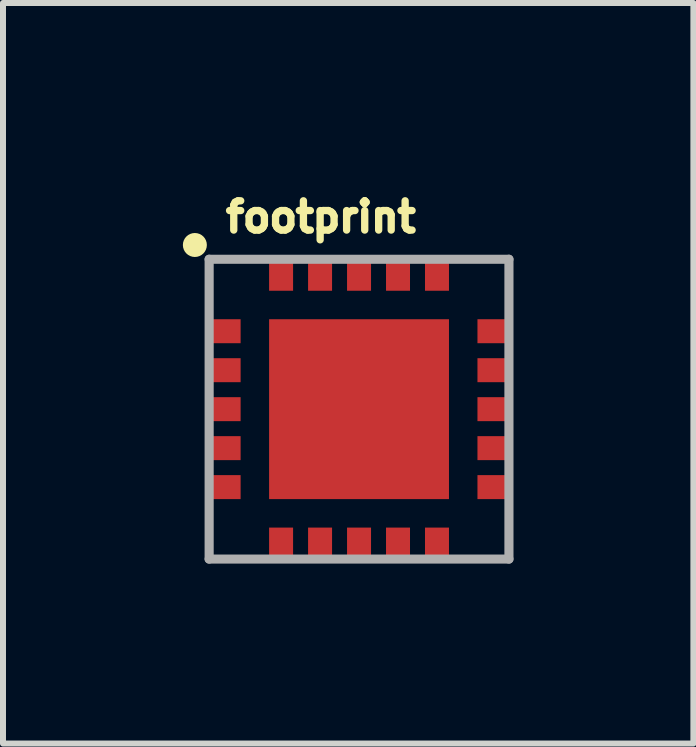
<source format=kicad_pcb>
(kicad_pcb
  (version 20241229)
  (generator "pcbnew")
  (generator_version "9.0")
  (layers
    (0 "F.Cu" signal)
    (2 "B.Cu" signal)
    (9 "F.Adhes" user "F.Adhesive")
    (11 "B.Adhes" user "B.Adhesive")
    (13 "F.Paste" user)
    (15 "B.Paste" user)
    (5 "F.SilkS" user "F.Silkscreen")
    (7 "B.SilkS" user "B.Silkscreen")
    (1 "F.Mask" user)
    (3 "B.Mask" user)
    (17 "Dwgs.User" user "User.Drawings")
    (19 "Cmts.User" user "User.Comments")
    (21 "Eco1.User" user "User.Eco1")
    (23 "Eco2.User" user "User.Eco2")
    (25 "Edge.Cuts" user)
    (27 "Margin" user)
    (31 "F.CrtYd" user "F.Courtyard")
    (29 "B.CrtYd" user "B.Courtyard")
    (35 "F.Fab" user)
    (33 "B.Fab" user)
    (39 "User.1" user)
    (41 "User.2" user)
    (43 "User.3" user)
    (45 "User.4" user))
  (footprint "footprint"
    (layer "F.Cu")
    (at 2.938 3.774)
    (property "Reference" "footprint" (at -2.286 -2.921 0) (layer "F.SilkS") (effects (font (size 0.488 0.488) (thickness 0.122)) (justify left bottom)))
    (fp_circle (center -2.738 -2.738) (end -2.638 -2.738) (stroke (width 0.2) (type solid)) (fill no) (layer "F.SilkS"))
    (fp_poly (pts (xy -0.5 0.5) (xy 0.5 0.5) (xy 0.5 -0.5) (xy -0.5 -0.5)) (stroke (width 0) (type solid)) (fill yes) (layer "F.Paste"))
    (fp_line (start -2.5 -2.5) (end 2.5 -2.5) (stroke (width 0.152) (type solid)) (layer "F.Fab"))
    (fp_line (start -2.5 2.5) (end -2.5 -2.5) (stroke (width 0.152) (type solid)) (layer "F.Fab"))
    (fp_line (start 2.5 -2.5) (end 2.5 2.5) (stroke (width 0.152) (type solid)) (layer "F.Fab"))
    (fp_line (start 2.5 2.5) (end -2.5 2.5) (stroke (width 0.152) (type solid)) (layer "F.Fab"))
    (pad "1" smd rect (at -2.25 -1.3 90) (size 0.4 0.55) (layers "F.Cu" "F.Mask" "F.Paste"))
    (pad "2" smd rect (at -2.25 -0.65 90) (size 0.4 0.55) (layers "F.Cu" "F.Mask" "F.Paste"))
    (pad "3" smd rect (at -2.25 0 90) (size 0.4 0.55) (layers "F.Cu" "F.Mask" "F.Paste"))
    (pad "4" smd rect (at -2.25 0.65 90) (size 0.4 0.55) (layers "F.Cu" "F.Mask" "F.Paste"))
    (pad "5" smd rect (at -2.25 1.3 90) (size 0.4 0.55) (layers "F.Cu" "F.Mask" "F.Paste"))
    (pad "6" smd rect (at -1.3 2.25 180) (size 0.4 0.55) (layers "F.Cu" "F.Mask" "F.Paste"))
    (pad "7" smd rect (at -0.65 2.25 180) (size 0.4 0.55) (layers "F.Cu" "F.Mask" "F.Paste"))
    (pad "8" smd rect (at 0 2.25 180) (size 0.4 0.55) (layers "F.Cu" "F.Mask" "F.Paste"))
    (pad "9" smd rect (at 0.65 2.25 180) (size 0.4 0.55) (layers "F.Cu" "F.Mask" "F.Paste"))
    (pad "10" smd rect (at 1.3 2.25 180) (size 0.4 0.55) (layers "F.Cu" "F.Mask" "F.Paste"))
    (pad "11" smd rect (at 2.25 1.3 270) (size 0.4 0.55) (layers "F.Cu" "F.Mask" "F.Paste"))
    (pad "12" smd rect (at 2.25 0.65 90) (size 0.4 0.55) (layers "F.Cu" "F.Mask" "F.Paste"))
    (pad "13" smd rect (at 2.25 0 90) (size 0.4 0.55) (layers "F.Cu" "F.Mask" "F.Paste"))
    (pad "14" smd rect (at 2.25 -0.65 90) (size 0.4 0.55) (layers "F.Cu" "F.Mask" "F.Paste"))
    (pad "15" smd rect (at 2.25 -1.3 90) (size 0.4 0.55) (layers "F.Cu" "F.Mask" "F.Paste"))
    (pad "16" smd rect (at 1.3 -2.25) (size 0.4 0.55) (layers "F.Cu" "F.Mask" "F.Paste"))
    (pad "17" smd rect (at 0.65 -2.25) (size 0.4 0.55) (layers "F.Cu" "F.Mask" "F.Paste"))
    (pad "18" smd rect (at 0 -2.25) (size 0.4 0.55) (layers "F.Cu" "F.Mask" "F.Paste"))
    (pad "19" smd rect (at -0.65 -2.25) (size 0.4 0.55) (layers "F.Cu" "F.Mask" "F.Paste"))
    (pad "20" smd rect (at -1.3 -2.25) (size 0.4 0.55) (layers "F.Cu" "F.Mask" "F.Paste"))
    (pad "21" smd rect (at 0 0) (size 3 3) (layers "F.Cu" "F.Mask")))
  (gr_rect
    (start -3 -3)
    (end 8.514 9.351)
    (stroke (width 0.1) (type default))
    (fill no)
    (layer "Edge.Cuts")))
</source>
